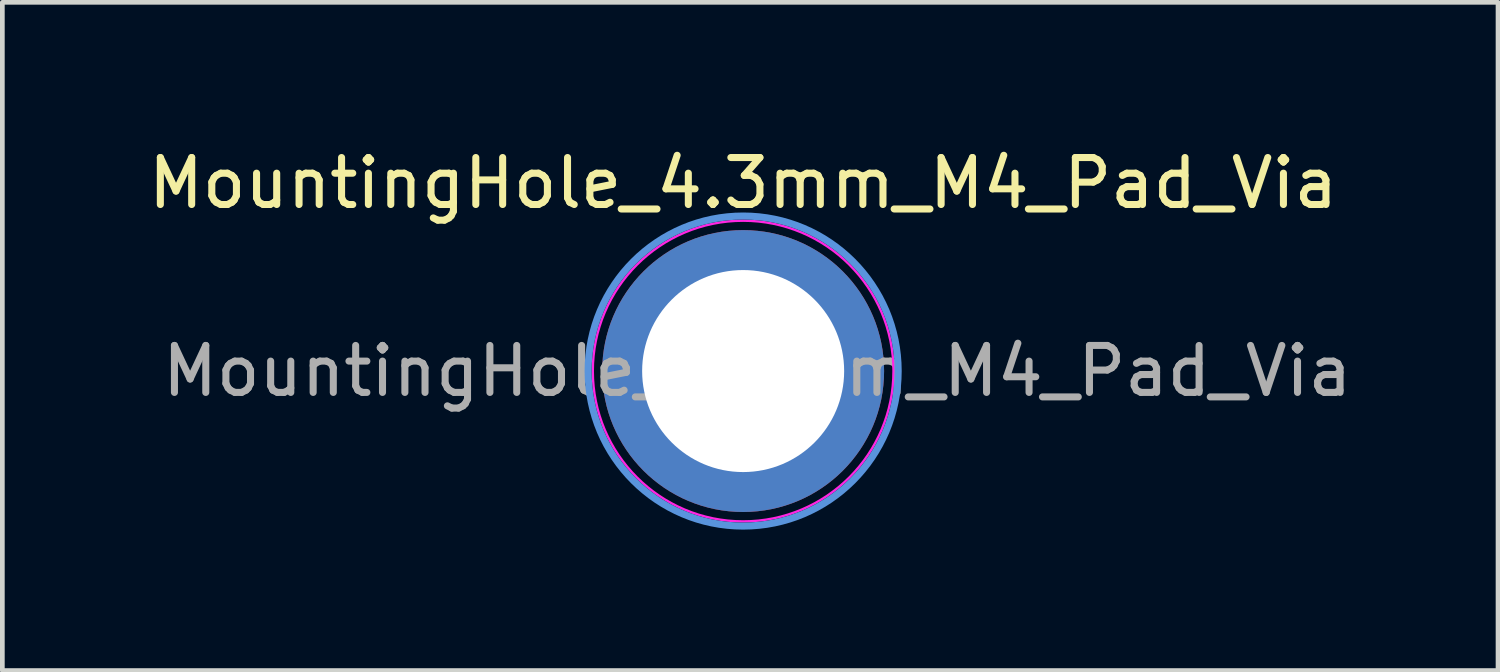
<source format=kicad_pcb>
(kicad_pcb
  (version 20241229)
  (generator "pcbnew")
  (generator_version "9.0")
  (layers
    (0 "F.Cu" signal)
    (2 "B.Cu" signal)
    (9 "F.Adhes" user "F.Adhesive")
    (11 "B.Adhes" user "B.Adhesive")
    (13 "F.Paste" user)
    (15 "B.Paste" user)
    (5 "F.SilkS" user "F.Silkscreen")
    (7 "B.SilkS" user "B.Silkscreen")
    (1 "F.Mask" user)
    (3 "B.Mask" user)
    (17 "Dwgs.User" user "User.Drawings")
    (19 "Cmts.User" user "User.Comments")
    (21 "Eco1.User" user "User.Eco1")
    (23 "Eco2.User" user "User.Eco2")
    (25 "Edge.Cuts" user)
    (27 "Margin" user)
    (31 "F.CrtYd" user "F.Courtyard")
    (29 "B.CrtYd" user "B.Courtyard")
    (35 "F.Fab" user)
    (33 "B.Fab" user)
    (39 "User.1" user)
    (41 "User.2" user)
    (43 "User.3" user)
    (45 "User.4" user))
  (footprint "MountingHole_4.3mm_M4_Pad_Via"
    (layer "F.Cu")
    (at 12.768 4.848)
    (property "Reference" "MountingHole_4.3mm_M4_Pad_Via" (at 0 -4 0) (layer "F.SilkS") (effects (font (size 1 1) (thickness 0.15))))
    (attr exclude_from_pos_files exclude_from_bom)
    (fp_circle (center 0 0) (end 3.3 0) (stroke (width 0.15) (type solid)) (fill no) (layer "Cmts.User"))
    (fp_circle (center 0 0) (end 3.2 0) (stroke (width 0.05) (type solid)) (fill no) (layer "F.CrtYd"))
    (fp_text user "${REFERENCE}" (at 0.3 0 0) (layer "F.Fab") (effects (font (size 1 1) (thickness 0.15))))
    (pad "1" thru_hole circle (at 0 0) (size 6 6) (drill 4.3) (layers "*.Cu" "*.Mask")))
  (gr_rect
    (start -3 -3)
    (end 28.836 11.223)
    (stroke (width 0.1) (type default))
    (fill no)
    (layer "Edge.Cuts")))
</source>
